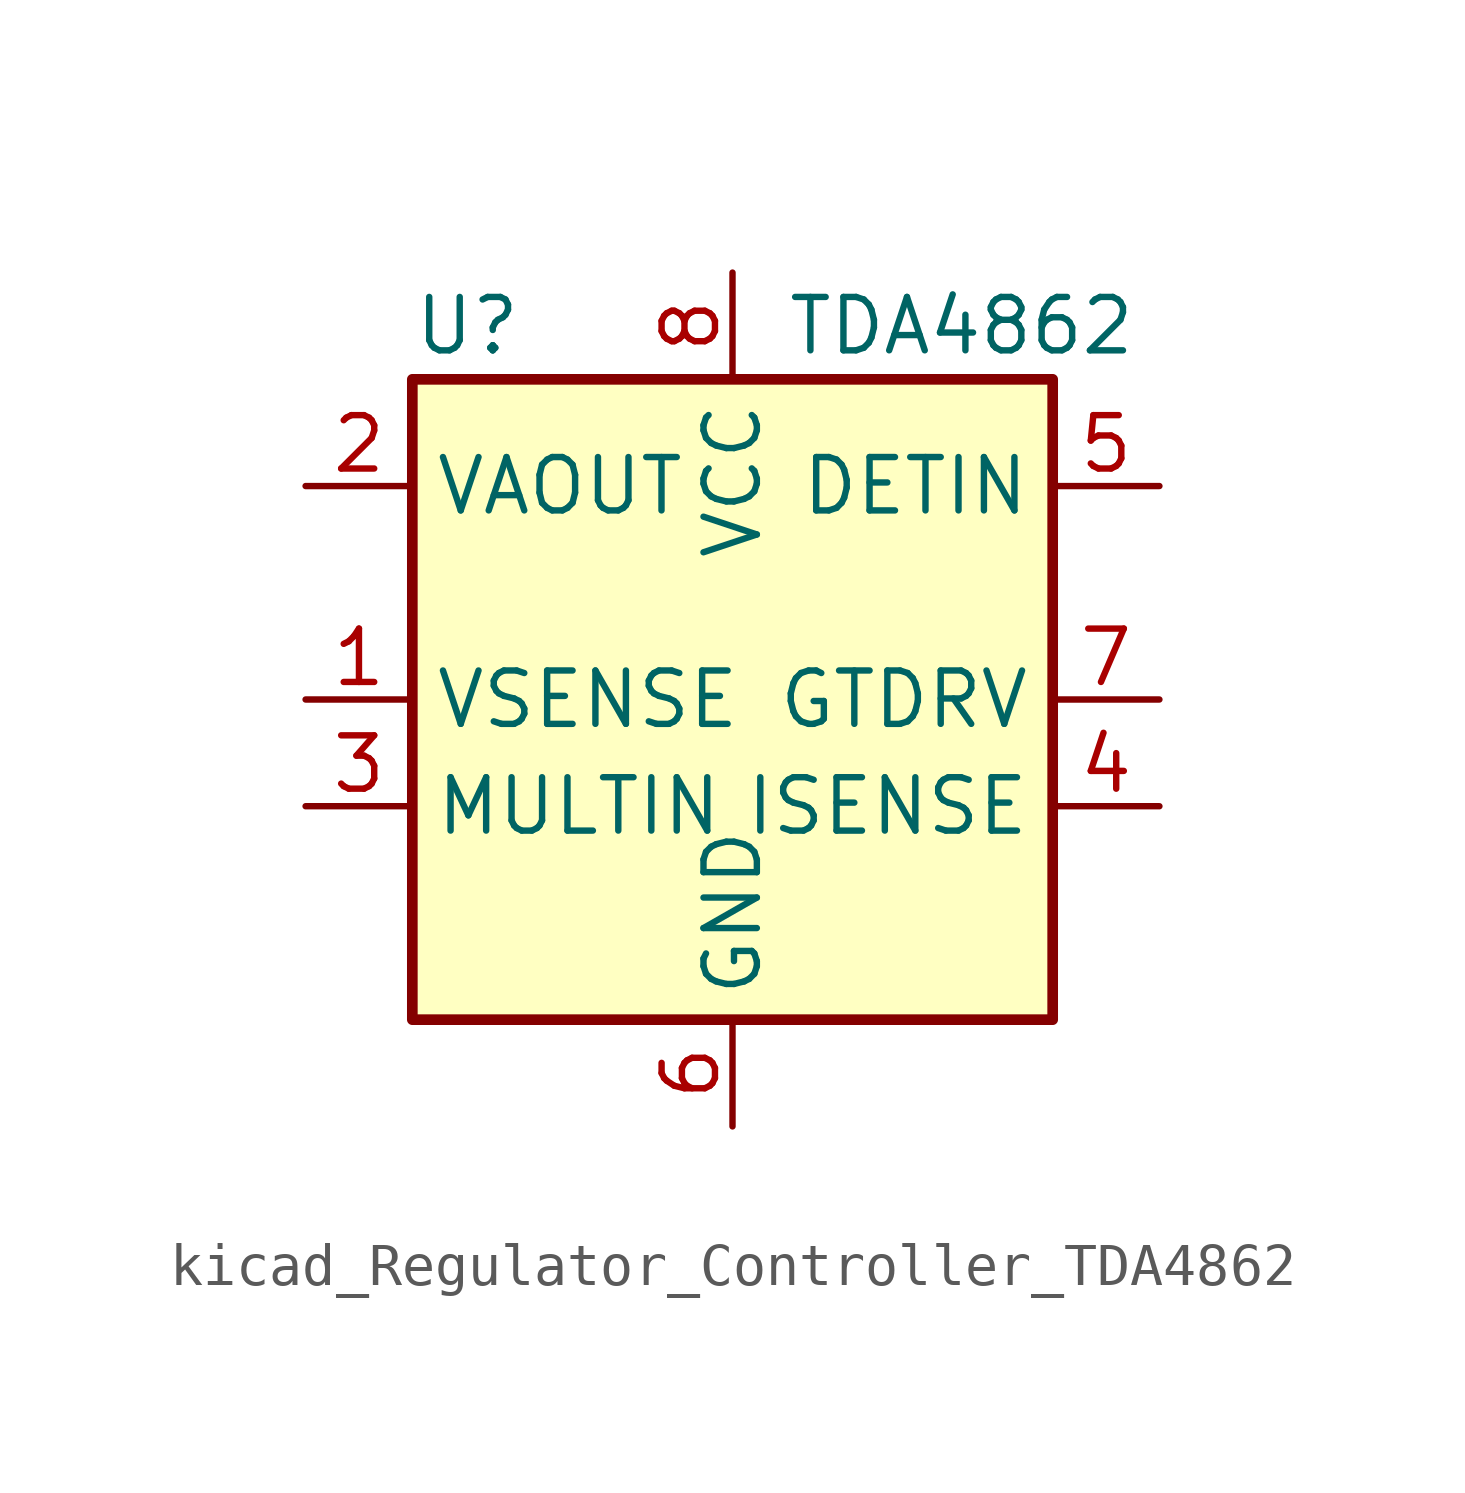
<source format=kicad_sym>
(kicad_symbol_lib
  (version 20220914)
  (generator kicad_symbol_editor)
  (symbol "kicad_Regulator_Controller_TDA4862"
    (property "Reference" "U"
      (at -7.62 8.89 0)
      (effects (font (size 1.27 1.27)) (justify left)))
    (property "Value" "TDA4862"
      (at 1.27 8.89 0)
      (effects (font (size 1.27 1.27)) (justify left)))
    (symbol "kicad_Regulator_Controller_TDA4862_0_0"
      (rectangle (start -7.62 7.62) (end 7.62 -7.62) (stroke (width 0.254) (type default)) (fill (type background))))
    (symbol "kicad_Regulator_Controller_TDA4862_1_1"
      (pin input line (at -10.16 0 0) (length 2.54) (name "VSENSE" (effects (font (size 1.27 1.27)))) (number "1" (effects (font (size 1.27 1.27)))))
      (pin output line (at -10.16 5.08 0) (length 2.54) (name "VAOUT" (effects (font (size 1.27 1.27)))) (number "2" (effects (font (size 1.27 1.27)))))
      (pin input line (at -10.16 -2.54 0) (length 2.54) (name "MULTIN" (effects (font (size 1.27 1.27)))) (number "3" (effects (font (size 1.27 1.27)))))
      (pin input line (at 10.16 -2.54 180) (length 2.54) (name "ISENSE" (effects (font (size 1.27 1.27)))) (number "4" (effects (font (size 1.27 1.27)))))
      (pin passive line (at 10.16 5.08 180) (length 2.54) (name "DETIN" (effects (font (size 1.27 1.27)))) (number "5" (effects (font (size 1.27 1.27)))))
      (pin power_in line (at 0 -10.16 90) (length 2.54) (name "GND" (effects (font (size 1.27 1.27)))) (number "6" (effects (font (size 1.27 1.27)))))
      (pin output line (at 10.16 0 180) (length 2.54) (name "GTDRV" (effects (font (size 1.27 1.27)))) (number "7" (effects (font (size 1.27 1.27)))))
      (pin power_in line (at 0 10.16 270) (length 2.54) (name "VCC" (effects (font (size 1.27 1.27)))) (number "8" (effects (font (size 1.27 1.27))))))))
</source>
